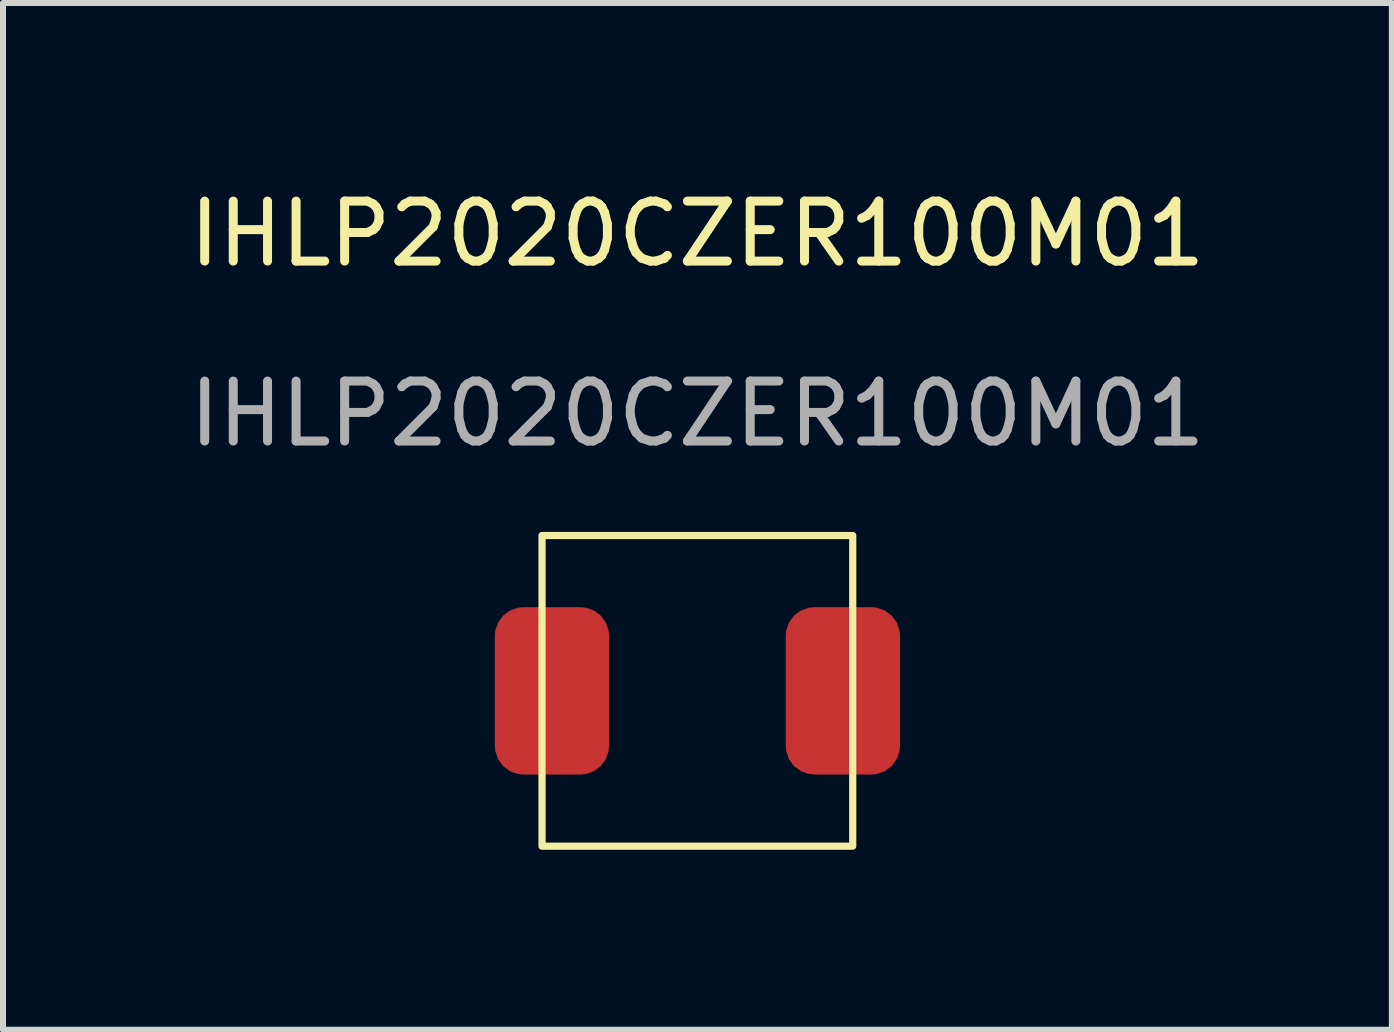
<source format=kicad_pcb>
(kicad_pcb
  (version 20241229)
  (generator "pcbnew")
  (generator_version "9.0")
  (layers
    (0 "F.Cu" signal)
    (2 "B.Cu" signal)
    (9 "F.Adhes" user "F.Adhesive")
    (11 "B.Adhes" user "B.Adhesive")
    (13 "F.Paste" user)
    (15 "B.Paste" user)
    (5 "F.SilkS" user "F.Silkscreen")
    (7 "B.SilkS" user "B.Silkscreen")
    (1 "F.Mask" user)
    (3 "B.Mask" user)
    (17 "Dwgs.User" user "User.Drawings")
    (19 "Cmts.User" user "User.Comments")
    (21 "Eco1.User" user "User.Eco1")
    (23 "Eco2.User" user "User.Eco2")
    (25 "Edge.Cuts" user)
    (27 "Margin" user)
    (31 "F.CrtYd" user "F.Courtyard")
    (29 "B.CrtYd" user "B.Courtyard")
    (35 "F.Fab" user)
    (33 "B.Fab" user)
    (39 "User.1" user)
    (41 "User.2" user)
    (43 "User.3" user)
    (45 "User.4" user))
  (footprint "IHLP2020CZER100M01"
    (layer "F.Cu")
    (at 8.577 8.468)
    (property "Reference" "IHLP2020CZER100M01" (at 0 -7.62 0) (unlocked yes) (layer "F.SilkS") (effects (font (size 1 1) (thickness 0.15))))
    (attr smd)
    (fp_rect (start -2.59 -2.59) (end 2.59 2.59) (stroke (width 0.12) (type solid)) (fill no) (layer "F.SilkS"))
    (fp_text user "${REFERENCE}" (at 0 -4.62 0) (unlocked yes) (layer "F.Fab") (effects (font (size 1 1) (thickness 0.15))))
    (pad "1" smd roundrect (at -2.425 0) (size 1.905 2.79) (layers "F.Cu" "F.Mask" "F.Paste") (roundrect_rratio 0.25))
    (pad "2" smd roundrect (at 2.425 0) (size 1.905 2.79) (layers "F.Cu" "F.Mask" "F.Paste") (roundrect_rratio 0.25)))
  (gr_rect
    (start -3 -3)
    (end 20.155 14.118)
    (stroke (width 0.1) (type default))
    (fill no)
    (layer "Edge.Cuts")))
</source>
